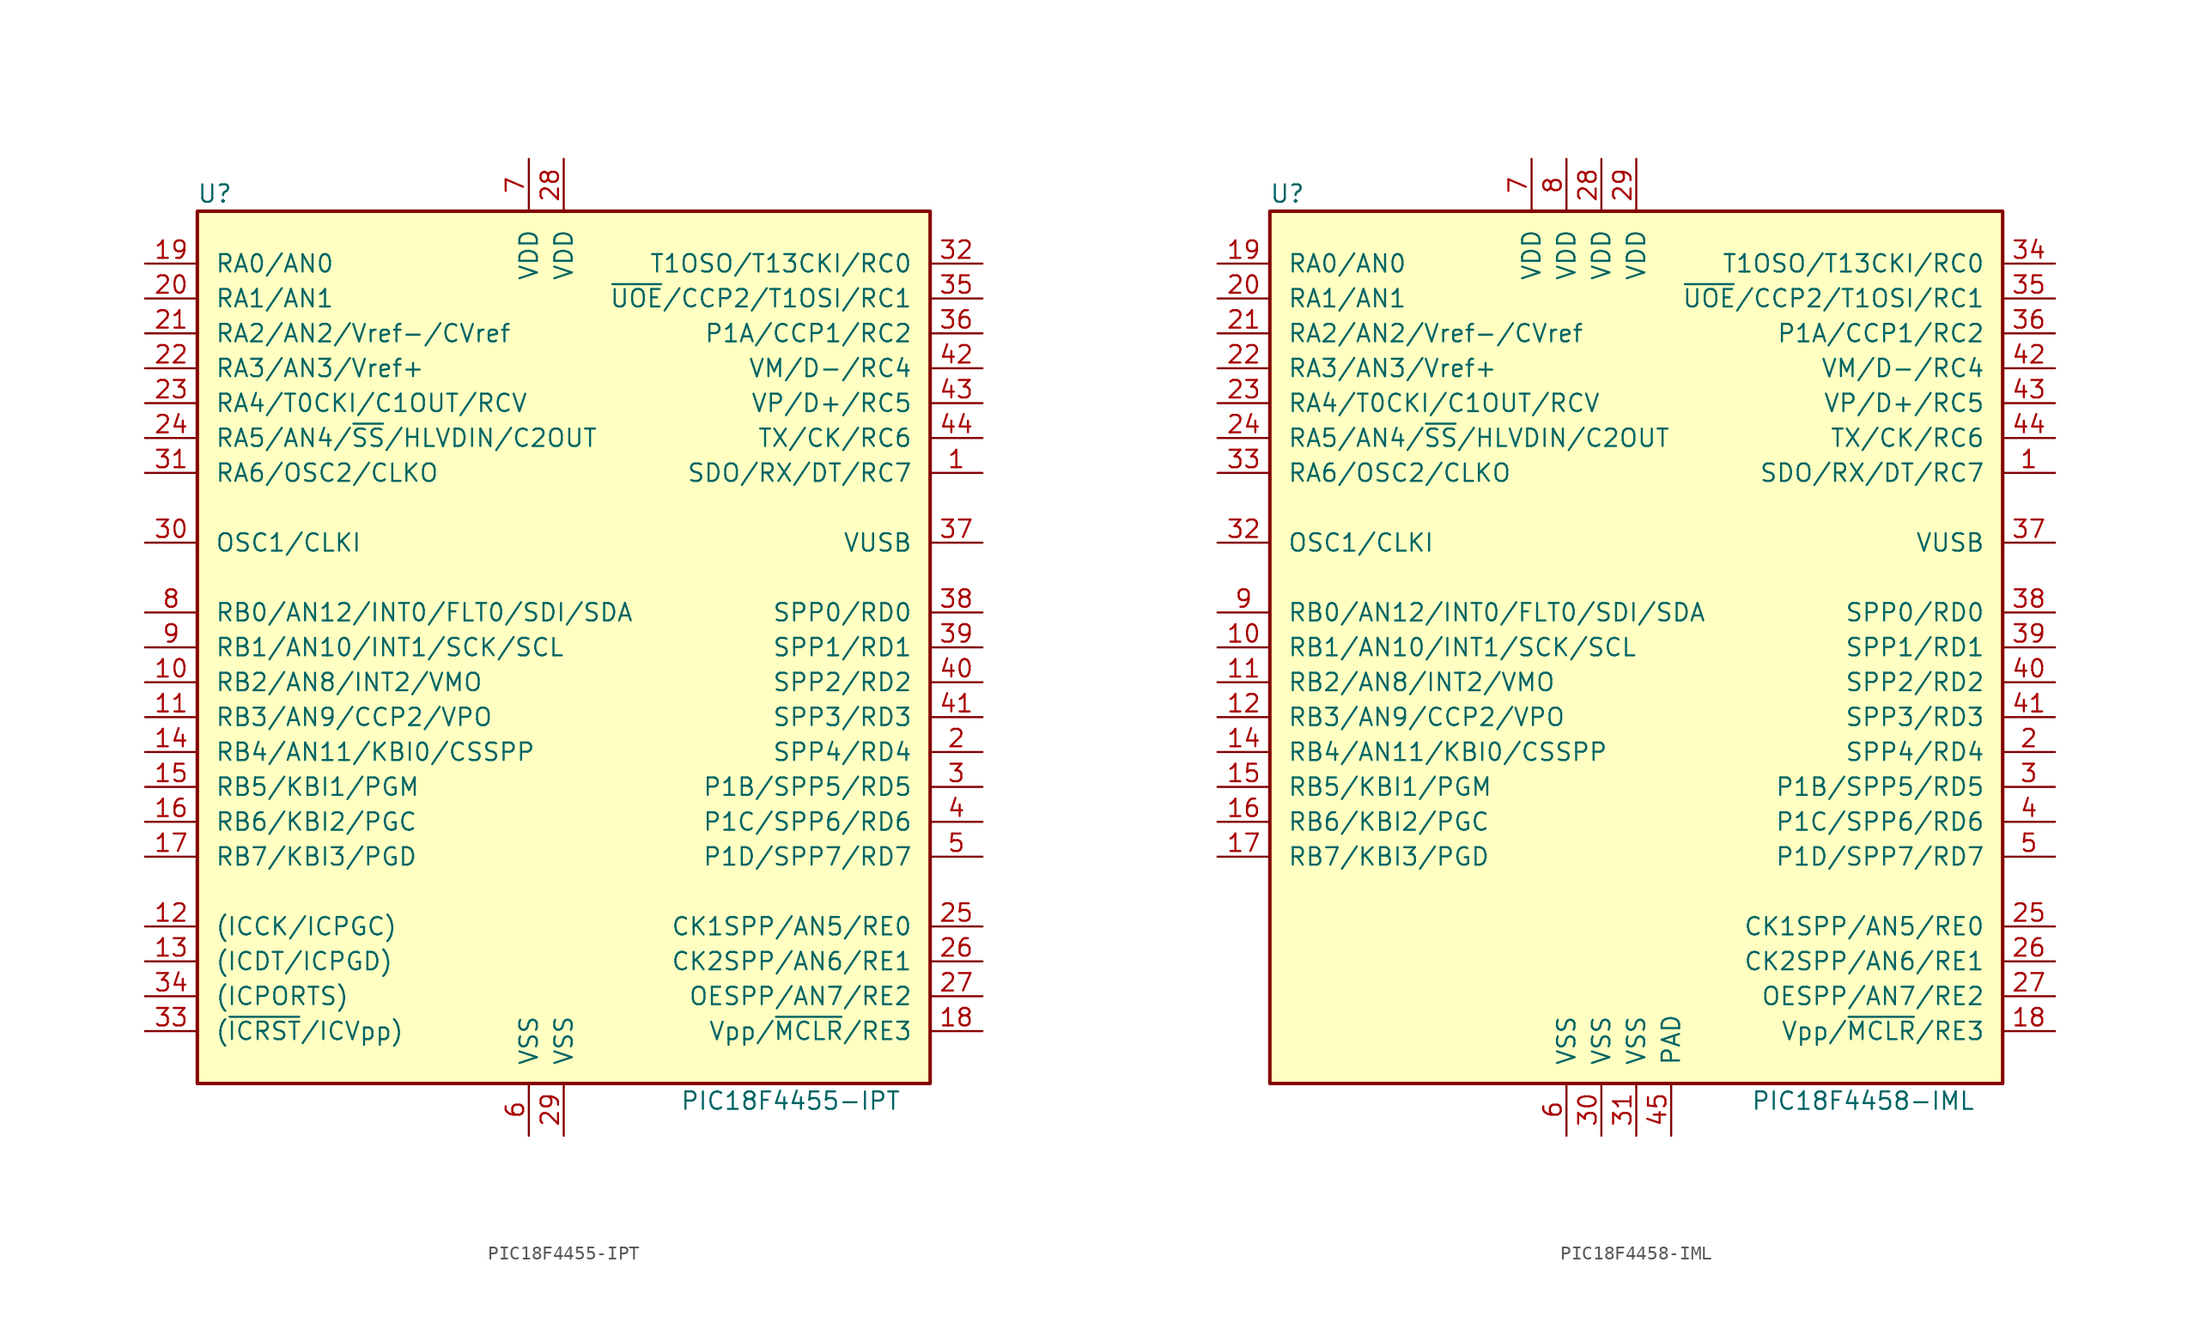
<source format=kicad_sym>
(kicad_symbol_lib
  (version 20231120)
  (generator "kicad_symbol_editor")
  (generator_version "8.0")
  (symbol "PIC18F4455-IPT"
    (pin_names
      (offset 1.27))
    (property "Reference" "U"
      (at -25.4 33.02 0)
      (effects (font (size 1.27 1.27))))
    (property "Value" "PIC18F4455-IPT"
      (at 16.51 -33.02 0)
      (effects (font (size 1.27 1.27))))
    (symbol "PIC18F4455-IPT_0_1"
      (rectangle (start -26.67 31.75) (end 26.67 -31.75) (stroke (width 0.254) (type default)) (fill (type background))))
    (symbol "PIC18F4455-IPT_1_1"
      (pin bidirectional line (at 30.48 12.7 180) (length 3.81) (name "SDO/RX/DT/RC7" (effects (font (size 1.27 1.27)))) (number "1" (effects (font (size 1.27 1.27)))))
      (pin bidirectional line (at -30.48 -2.54 0) (length 3.81) (name "RB2/AN8/INT2/VMO" (effects (font (size 1.27 1.27)))) (number "10" (effects (font (size 1.27 1.27)))))
      (pin bidirectional line (at -30.48 -5.08 0) (length 3.81) (name "RB3/AN9/CCP2/VPO" (effects (font (size 1.27 1.27)))) (number "11" (effects (font (size 1.27 1.27)))))
      (pin bidirectional line (at -30.48 -20.32 0) (length 3.81) (name "(ICCK/ICPGC)" (effects (font (size 1.27 1.27)))) (number "12" (effects (font (size 1.27 1.27)))))
      (pin bidirectional line (at -30.48 -22.86 0) (length 3.81) (name "(ICDT/ICPGD)" (effects (font (size 1.27 1.27)))) (number "13" (effects (font (size 1.27 1.27)))))
      (pin bidirectional line (at -30.48 -7.62 0) (length 3.81) (name "RB4/AN11/KBI0/CSSPP" (effects (font (size 1.27 1.27)))) (number "14" (effects (font (size 1.27 1.27)))))
      (pin bidirectional line (at -30.48 -10.16 0) (length 3.81) (name "RB5/KBI1/PGM" (effects (font (size 1.27 1.27)))) (number "15" (effects (font (size 1.27 1.27)))))
      (pin bidirectional line (at -30.48 -12.7 0) (length 3.81) (name "RB6/KBI2/PGC" (effects (font (size 1.27 1.27)))) (number "16" (effects (font (size 1.27 1.27)))))
      (pin bidirectional line (at -30.48 -15.24 0) (length 3.81) (name "RB7/KBI3/PGD" (effects (font (size 1.27 1.27)))) (number "17" (effects (font (size 1.27 1.27)))))
      (pin input line (at 30.48 -27.94 180) (length 3.81) (name "Vpp/~{MCLR}/RE3" (effects (font (size 1.27 1.27)))) (number "18" (effects (font (size 1.27 1.27)))))
      (pin bidirectional line (at -30.48 27.94 0) (length 3.81) (name "RA0/AN0" (effects (font (size 1.27 1.27)))) (number "19" (effects (font (size 1.27 1.27)))))
      (pin bidirectional line (at 30.48 -7.62 180) (length 3.81) (name "SPP4/RD4" (effects (font (size 1.27 1.27)))) (number "2" (effects (font (size 1.27 1.27)))))
      (pin bidirectional line (at -30.48 25.4 0) (length 3.81) (name "RA1/AN1" (effects (font (size 1.27 1.27)))) (number "20" (effects (font (size 1.27 1.27)))))
      (pin bidirectional line (at -30.48 22.86 0) (length 3.81) (name "RA2/AN2/Vref-/CVref" (effects (font (size 1.27 1.27)))) (number "21" (effects (font (size 1.27 1.27)))))
      (pin bidirectional line (at -30.48 20.32 0) (length 3.81) (name "RA3/AN3/Vref+" (effects (font (size 1.27 1.27)))) (number "22" (effects (font (size 1.27 1.27)))))
      (pin bidirectional line (at -30.48 17.78 0) (length 3.81) (name "RA4/T0CKI/C1OUT/RCV" (effects (font (size 1.27 1.27)))) (number "23" (effects (font (size 1.27 1.27)))))
      (pin bidirectional line (at -30.48 15.24 0) (length 3.81) (name "RA5/AN4/~{SS}/HLVDIN/C2OUT" (effects (font (size 1.27 1.27)))) (number "24" (effects (font (size 1.27 1.27)))))
      (pin bidirectional line (at 30.48 -20.32 180) (length 3.81) (name "CK1SPP/AN5/RE0" (effects (font (size 1.27 1.27)))) (number "25" (effects (font (size 1.27 1.27)))))
      (pin bidirectional line (at 30.48 -22.86 180) (length 3.81) (name "CK2SPP/AN6/RE1" (effects (font (size 1.27 1.27)))) (number "26" (effects (font (size 1.27 1.27)))))
      (pin bidirectional line (at 30.48 -25.4 180) (length 3.81) (name "OESPP/AN7/RE2" (effects (font (size 1.27 1.27)))) (number "27" (effects (font (size 1.27 1.27)))))
      (pin power_in line (at 0 35.56 270) (length 3.81) (name "VDD" (effects (font (size 1.27 1.27)))) (number "28" (effects (font (size 1.27 1.27)))))
      (pin power_in line (at 0 -35.56 90) (length 3.81) (name "VSS" (effects (font (size 1.27 1.27)))) (number "29" (effects (font (size 1.27 1.27)))))
      (pin bidirectional line (at 30.48 -10.16 180) (length 3.81) (name "P1B/SPP5/RD5" (effects (font (size 1.27 1.27)))) (number "3" (effects (font (size 1.27 1.27)))))
      (pin input line (at -30.48 7.62 0) (length 3.81) (name "OSC1/CLKI" (effects (font (size 1.27 1.27)))) (number "30" (effects (font (size 1.27 1.27)))))
      (pin output line (at -30.48 12.7 0) (length 3.81) (name "RA6/OSC2/CLKO" (effects (font (size 1.27 1.27)))) (number "31" (effects (font (size 1.27 1.27)))))
      (pin bidirectional line (at 30.48 27.94 180) (length 3.81) (name "T1OSO/T13CKI/RC0" (effects (font (size 1.27 1.27)))) (number "32" (effects (font (size 1.27 1.27)))))
      (pin input line (at -30.48 -27.94 0) (length 3.81) (name "(~{ICRST}/ICVpp)" (effects (font (size 1.27 1.27)))) (number "33" (effects (font (size 1.27 1.27)))))
      (pin bidirectional line (at -30.48 -25.4 0) (length 3.81) (name "(ICPORTS)" (effects (font (size 1.27 1.27)))) (number "34" (effects (font (size 1.27 1.27)))))
      (pin bidirectional line (at 30.48 25.4 180) (length 3.81) (name "~{UOE}/CCP2/T1OSI/RC1" (effects (font (size 1.27 1.27)))) (number "35" (effects (font (size 1.27 1.27)))))
      (pin bidirectional line (at 30.48 22.86 180) (length 3.81) (name "P1A/CCP1/RC2" (effects (font (size 1.27 1.27)))) (number "36" (effects (font (size 1.27 1.27)))))
      (pin bidirectional line (at 30.48 7.62 180) (length 3.81) (name "VUSB" (effects (font (size 1.27 1.27)))) (number "37" (effects (font (size 1.27 1.27)))))
      (pin bidirectional line (at 30.48 2.54 180) (length 3.81) (name "SPP0/RD0" (effects (font (size 1.27 1.27)))) (number "38" (effects (font (size 1.27 1.27)))))
      (pin bidirectional line (at 30.48 0 180) (length 3.81) (name "SPP1/RD1" (effects (font (size 1.27 1.27)))) (number "39" (effects (font (size 1.27 1.27)))))
      (pin bidirectional line (at 30.48 -12.7 180) (length 3.81) (name "P1C/SPP6/RD6" (effects (font (size 1.27 1.27)))) (number "4" (effects (font (size 1.27 1.27)))))
      (pin bidirectional line (at 30.48 -2.54 180) (length 3.81) (name "SPP2/RD2" (effects (font (size 1.27 1.27)))) (number "40" (effects (font (size 1.27 1.27)))))
      (pin bidirectional line (at 30.48 -5.08 180) (length 3.81) (name "SPP3/RD3" (effects (font (size 1.27 1.27)))) (number "41" (effects (font (size 1.27 1.27)))))
      (pin bidirectional line (at 30.48 20.32 180) (length 3.81) (name "VM/D-/RC4" (effects (font (size 1.27 1.27)))) (number "42" (effects (font (size 1.27 1.27)))))
      (pin bidirectional line (at 30.48 17.78 180) (length 3.81) (name "VP/D+/RC5" (effects (font (size 1.27 1.27)))) (number "43" (effects (font (size 1.27 1.27)))))
      (pin bidirectional line (at 30.48 15.24 180) (length 3.81) (name "TX/CK/RC6" (effects (font (size 1.27 1.27)))) (number "44" (effects (font (size 1.27 1.27)))))
      (pin bidirectional line (at 30.48 -15.24 180) (length 3.81) (name "P1D/SPP7/RD7" (effects (font (size 1.27 1.27)))) (number "5" (effects (font (size 1.27 1.27)))))
      (pin power_in line (at -2.54 -35.56 90) (length 3.81) (name "VSS" (effects (font (size 1.27 1.27)))) (number "6" (effects (font (size 1.27 1.27)))))
      (pin power_in line (at -2.54 35.56 270) (length 3.81) (name "VDD" (effects (font (size 1.27 1.27)))) (number "7" (effects (font (size 1.27 1.27)))))
      (pin bidirectional line (at -30.48 2.54 0) (length 3.81) (name "RB0/AN12/INT0/FLT0/SDI/SDA" (effects (font (size 1.27 1.27)))) (number "8" (effects (font (size 1.27 1.27)))))
      (pin bidirectional line (at -30.48 0 0) (length 3.81) (name "RB1/AN10/INT1/SCK/SCL" (effects (font (size 1.27 1.27)))) (number "9" (effects (font (size 1.27 1.27)))))))
  (symbol "PIC18F4458-IML"
    (pin_names
      (offset 1.27))
    (property "Reference" "U"
      (at -25.4 33.02 0)
      (effects (font (size 1.27 1.27))))
    (property "Value" "PIC18F4458-IML"
      (at 16.51 -33.02 0)
      (effects (font (size 1.27 1.27))))
    (symbol "PIC18F4458-IML_0_1"
      (rectangle (start -26.67 31.75) (end 26.67 -31.75) (stroke (width 0.254) (type default)) (fill (type background))))
    (symbol "PIC18F4458-IML_1_1"
      (pin bidirectional line (at 30.48 12.7 180) (length 3.81) (name "SDO/RX/DT/RC7" (effects (font (size 1.27 1.27)))) (number "1" (effects (font (size 1.27 1.27)))))
      (pin bidirectional line (at -30.48 0 0) (length 3.81) (name "RB1/AN10/INT1/SCK/SCL" (effects (font (size 1.27 1.27)))) (number "10" (effects (font (size 1.27 1.27)))))
      (pin bidirectional line (at -30.48 -2.54 0) (length 3.81) (name "RB2/AN8/INT2/VMO" (effects (font (size 1.27 1.27)))) (number "11" (effects (font (size 1.27 1.27)))))
      (pin bidirectional line (at -30.48 -5.08 0) (length 3.81) (name "RB3/AN9/CCP2/VPO" (effects (font (size 1.27 1.27)))) (number "12" (effects (font (size 1.27 1.27)))))
      (pin no_connect line (at -26.67 -27.94 0) (length 3.81) hide (name "NC" (effects (font (size 1.27 1.27)))) (number "13" (effects (font (size 1.27 1.27)))))
      (pin bidirectional line (at -30.48 -7.62 0) (length 3.81) (name "RB4/AN11/KBI0/CSSPP" (effects (font (size 1.27 1.27)))) (number "14" (effects (font (size 1.27 1.27)))))
      (pin bidirectional line (at -30.48 -10.16 0) (length 3.81) (name "RB5/KBI1/PGM" (effects (font (size 1.27 1.27)))) (number "15" (effects (font (size 1.27 1.27)))))
      (pin bidirectional line (at -30.48 -12.7 0) (length 3.81) (name "RB6/KBI2/PGC" (effects (font (size 1.27 1.27)))) (number "16" (effects (font (size 1.27 1.27)))))
      (pin bidirectional line (at -30.48 -15.24 0) (length 3.81) (name "RB7/KBI3/PGD" (effects (font (size 1.27 1.27)))) (number "17" (effects (font (size 1.27 1.27)))))
      (pin input line (at 30.48 -27.94 180) (length 3.81) (name "Vpp/~{MCLR}/RE3" (effects (font (size 1.27 1.27)))) (number "18" (effects (font (size 1.27 1.27)))))
      (pin bidirectional line (at -30.48 27.94 0) (length 3.81) (name "RA0/AN0" (effects (font (size 1.27 1.27)))) (number "19" (effects (font (size 1.27 1.27)))))
      (pin bidirectional line (at 30.48 -7.62 180) (length 3.81) (name "SPP4/RD4" (effects (font (size 1.27 1.27)))) (number "2" (effects (font (size 1.27 1.27)))))
      (pin bidirectional line (at -30.48 25.4 0) (length 3.81) (name "RA1/AN1" (effects (font (size 1.27 1.27)))) (number "20" (effects (font (size 1.27 1.27)))))
      (pin bidirectional line (at -30.48 22.86 0) (length 3.81) (name "RA2/AN2/Vref-/CVref" (effects (font (size 1.27 1.27)))) (number "21" (effects (font (size 1.27 1.27)))))
      (pin bidirectional line (at -30.48 20.32 0) (length 3.81) (name "RA3/AN3/Vref+" (effects (font (size 1.27 1.27)))) (number "22" (effects (font (size 1.27 1.27)))))
      (pin bidirectional line (at -30.48 17.78 0) (length 3.81) (name "RA4/T0CKI/C1OUT/RCV" (effects (font (size 1.27 1.27)))) (number "23" (effects (font (size 1.27 1.27)))))
      (pin bidirectional line (at -30.48 15.24 0) (length 3.81) (name "RA5/AN4/~{SS}/HLVDIN/C2OUT" (effects (font (size 1.27 1.27)))) (number "24" (effects (font (size 1.27 1.27)))))
      (pin bidirectional line (at 30.48 -20.32 180) (length 3.81) (name "CK1SPP/AN5/RE0" (effects (font (size 1.27 1.27)))) (number "25" (effects (font (size 1.27 1.27)))))
      (pin bidirectional line (at 30.48 -22.86 180) (length 3.81) (name "CK2SPP/AN6/RE1" (effects (font (size 1.27 1.27)))) (number "26" (effects (font (size 1.27 1.27)))))
      (pin bidirectional line (at 30.48 -25.4 180) (length 3.81) (name "OESPP/AN7/RE2" (effects (font (size 1.27 1.27)))) (number "27" (effects (font (size 1.27 1.27)))))
      (pin power_in line (at -2.54 35.56 270) (length 3.81) (name "VDD" (effects (font (size 1.27 1.27)))) (number "28" (effects (font (size 1.27 1.27)))))
      (pin power_in line (at 0 35.56 270) (length 3.81) (name "VDD" (effects (font (size 1.27 1.27)))) (number "29" (effects (font (size 1.27 1.27)))))
      (pin bidirectional line (at 30.48 -10.16 180) (length 3.81) (name "P1B/SPP5/RD5" (effects (font (size 1.27 1.27)))) (number "3" (effects (font (size 1.27 1.27)))))
      (pin power_in line (at -2.54 -35.56 90) (length 3.81) (name "VSS" (effects (font (size 1.27 1.27)))) (number "30" (effects (font (size 1.27 1.27)))))
      (pin power_in line (at 0 -35.56 90) (length 3.81) (name "VSS" (effects (font (size 1.27 1.27)))) (number "31" (effects (font (size 1.27 1.27)))))
      (pin input line (at -30.48 7.62 0) (length 3.81) (name "OSC1/CLKI" (effects (font (size 1.27 1.27)))) (number "32" (effects (font (size 1.27 1.27)))))
      (pin bidirectional line (at -30.48 12.7 0) (length 3.81) (name "RA6/OSC2/CLKO" (effects (font (size 1.27 1.27)))) (number "33" (effects (font (size 1.27 1.27)))))
      (pin bidirectional line (at 30.48 27.94 180) (length 3.81) (name "T1OSO/T13CKI/RC0" (effects (font (size 1.27 1.27)))) (number "34" (effects (font (size 1.27 1.27)))))
      (pin bidirectional line (at 30.48 25.4 180) (length 3.81) (name "~{UOE}/CCP2/T1OSI/RC1" (effects (font (size 1.27 1.27)))) (number "35" (effects (font (size 1.27 1.27)))))
      (pin bidirectional line (at 30.48 22.86 180) (length 3.81) (name "P1A/CCP1/RC2" (effects (font (size 1.27 1.27)))) (number "36" (effects (font (size 1.27 1.27)))))
      (pin bidirectional line (at 30.48 7.62 180) (length 3.81) (name "VUSB" (effects (font (size 1.27 1.27)))) (number "37" (effects (font (size 1.27 1.27)))))
      (pin bidirectional line (at 30.48 2.54 180) (length 3.81) (name "SPP0/RD0" (effects (font (size 1.27 1.27)))) (number "38" (effects (font (size 1.27 1.27)))))
      (pin bidirectional line (at 30.48 0 180) (length 3.81) (name "SPP1/RD1" (effects (font (size 1.27 1.27)))) (number "39" (effects (font (size 1.27 1.27)))))
      (pin bidirectional line (at 30.48 -12.7 180) (length 3.81) (name "P1C/SPP6/RD6" (effects (font (size 1.27 1.27)))) (number "4" (effects (font (size 1.27 1.27)))))
      (pin bidirectional line (at 30.48 -2.54 180) (length 3.81) (name "SPP2/RD2" (effects (font (size 1.27 1.27)))) (number "40" (effects (font (size 1.27 1.27)))))
      (pin bidirectional line (at 30.48 -5.08 180) (length 3.81) (name "SPP3/RD3" (effects (font (size 1.27 1.27)))) (number "41" (effects (font (size 1.27 1.27)))))
      (pin bidirectional line (at 30.48 20.32 180) (length 3.81) (name "VM/D-/RC4" (effects (font (size 1.27 1.27)))) (number "42" (effects (font (size 1.27 1.27)))))
      (pin bidirectional line (at 30.48 17.78 180) (length 3.81) (name "VP/D+/RC5" (effects (font (size 1.27 1.27)))) (number "43" (effects (font (size 1.27 1.27)))))
      (pin bidirectional line (at 30.48 15.24 180) (length 3.81) (name "TX/CK/RC6" (effects (font (size 1.27 1.27)))) (number "44" (effects (font (size 1.27 1.27)))))
      (pin power_in line (at 2.54 -35.56 90) (length 3.81) (name "PAD" (effects (font (size 1.27 1.27)))) (number "45" (effects (font (size 1.27 1.27)))))
      (pin bidirectional line (at 30.48 -15.24 180) (length 3.81) (name "P1D/SPP7/RD7" (effects (font (size 1.27 1.27)))) (number "5" (effects (font (size 1.27 1.27)))))
      (pin power_in line (at -5.08 -35.56 90) (length 3.81) (name "VSS" (effects (font (size 1.27 1.27)))) (number "6" (effects (font (size 1.27 1.27)))))
      (pin power_in line (at -7.62 35.56 270) (length 3.81) (name "VDD" (effects (font (size 1.27 1.27)))) (number "7" (effects (font (size 1.27 1.27)))))
      (pin power_in line (at -5.08 35.56 270) (length 3.81) (name "VDD" (effects (font (size 1.27 1.27)))) (number "8" (effects (font (size 1.27 1.27)))))
      (pin bidirectional line (at -30.48 2.54 0) (length 3.81) (name "RB0/AN12/INT0/FLT0/SDI/SDA" (effects (font (size 1.27 1.27)))) (number "9" (effects (font (size 1.27 1.27))))))))
</source>
